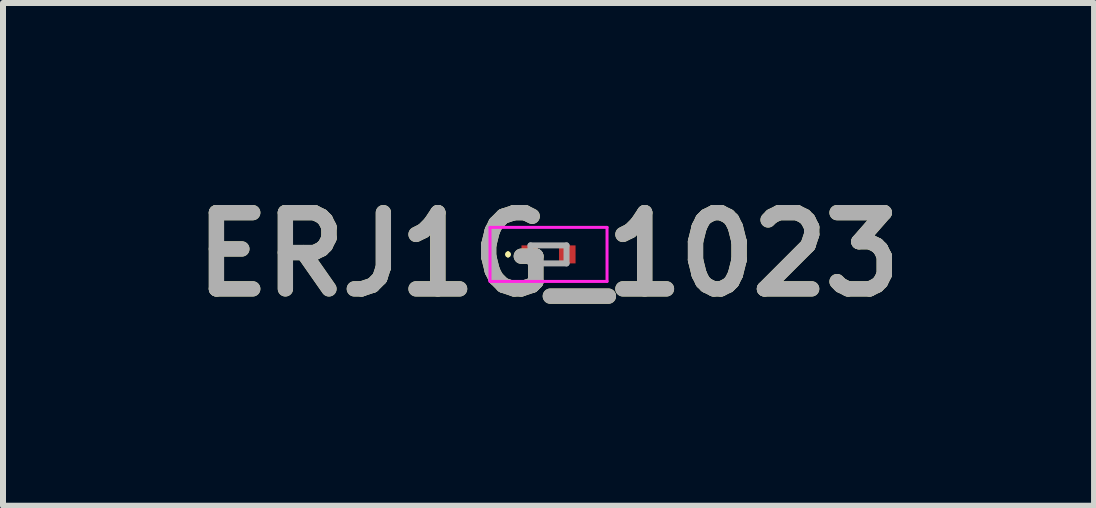
<source format=kicad_pcb>
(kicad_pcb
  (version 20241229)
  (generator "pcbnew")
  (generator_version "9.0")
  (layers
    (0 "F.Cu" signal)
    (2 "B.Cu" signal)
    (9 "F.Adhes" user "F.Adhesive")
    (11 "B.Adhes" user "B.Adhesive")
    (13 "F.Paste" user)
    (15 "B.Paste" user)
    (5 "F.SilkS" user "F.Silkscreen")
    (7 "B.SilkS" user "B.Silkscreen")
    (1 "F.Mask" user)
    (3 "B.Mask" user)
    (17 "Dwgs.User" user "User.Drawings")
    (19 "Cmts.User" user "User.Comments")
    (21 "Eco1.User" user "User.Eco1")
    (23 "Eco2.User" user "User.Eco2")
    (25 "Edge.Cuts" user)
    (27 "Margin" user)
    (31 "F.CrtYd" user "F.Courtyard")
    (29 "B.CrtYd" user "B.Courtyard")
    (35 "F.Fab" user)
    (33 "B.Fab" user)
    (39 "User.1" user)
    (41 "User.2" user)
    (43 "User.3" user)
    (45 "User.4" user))
  (footprint "ERJ1G_1023"
    (layer "F.Cu")
    (at 6.09 1.189)
    (property "Reference" "ERJ1G_1023" (at 0 0 0) (layer "F.SilkS") (effects (font (size 1.27 1.27) (thickness 0.254))))
    (attr smd)
    (fp_line (start -0.675 -0.025) (end -0.675 -0.025) (stroke (width 0.05) (type solid)) (layer "F.SilkS"))
    (fp_line (start -0.675 0.025) (end -0.675 0.025) (stroke (width 0.05) (type solid)) (layer "F.SilkS"))
    (fp_arc (start -0.675 -0.025) (mid -0.65 0) (end -0.675 0.025) (stroke (width 0.05) (type solid)) (layer "F.SilkS"))
    (fp_arc (start -0.675 0.025) (mid -0.7 0) (end -0.675 -0.025) (stroke (width 0.05) (type solid)) (layer "F.SilkS"))
    (fp_line (start -0.975 -0.45) (end 0.975 -0.45) (stroke (width 0.05) (type solid)) (layer "F.CrtYd"))
    (fp_line (start -0.975 0.45) (end -0.975 -0.45) (stroke (width 0.05) (type solid)) (layer "F.CrtYd"))
    (fp_line (start 0.975 -0.45) (end 0.975 0.45) (stroke (width 0.05) (type solid)) (layer "F.CrtYd"))
    (fp_line (start 0.975 0.45) (end -0.975 0.45) (stroke (width 0.05) (type solid)) (layer "F.CrtYd"))
    (fp_line (start -0.3 -0.15) (end 0.3 -0.15) (stroke (width 0.1) (type solid)) (layer "F.Fab"))
    (fp_line (start -0.3 0.15) (end -0.3 -0.15) (stroke (width 0.1) (type solid)) (layer "F.Fab"))
    (fp_line (start 0.3 -0.15) (end 0.3 0.15) (stroke (width 0.1) (type solid)) (layer "F.Fab"))
    (fp_line (start 0.3 0.15) (end -0.3 0.15) (stroke (width 0.1) (type solid)) (layer "F.Fab"))
    (fp_text user "${REFERENCE}" (at 0 0 0) (layer "F.Fab") (effects (font (size 1.27 1.27) (thickness 0.254))))
    (pad "1" smd rect (at -0.313 0) (size 0.275 0.3) (layers "F.Cu" "F.Mask" "F.Paste"))
    (pad "2" smd rect (at 0.313 0) (size 0.275 0.3) (layers "F.Cu" "F.Mask" "F.Paste")))
  (gr_rect
    (start -3 -3)
    (end 15.18 5.377)
    (stroke (width 0.1) (type default))
    (fill no)
    (layer "Edge.Cuts")))
</source>
